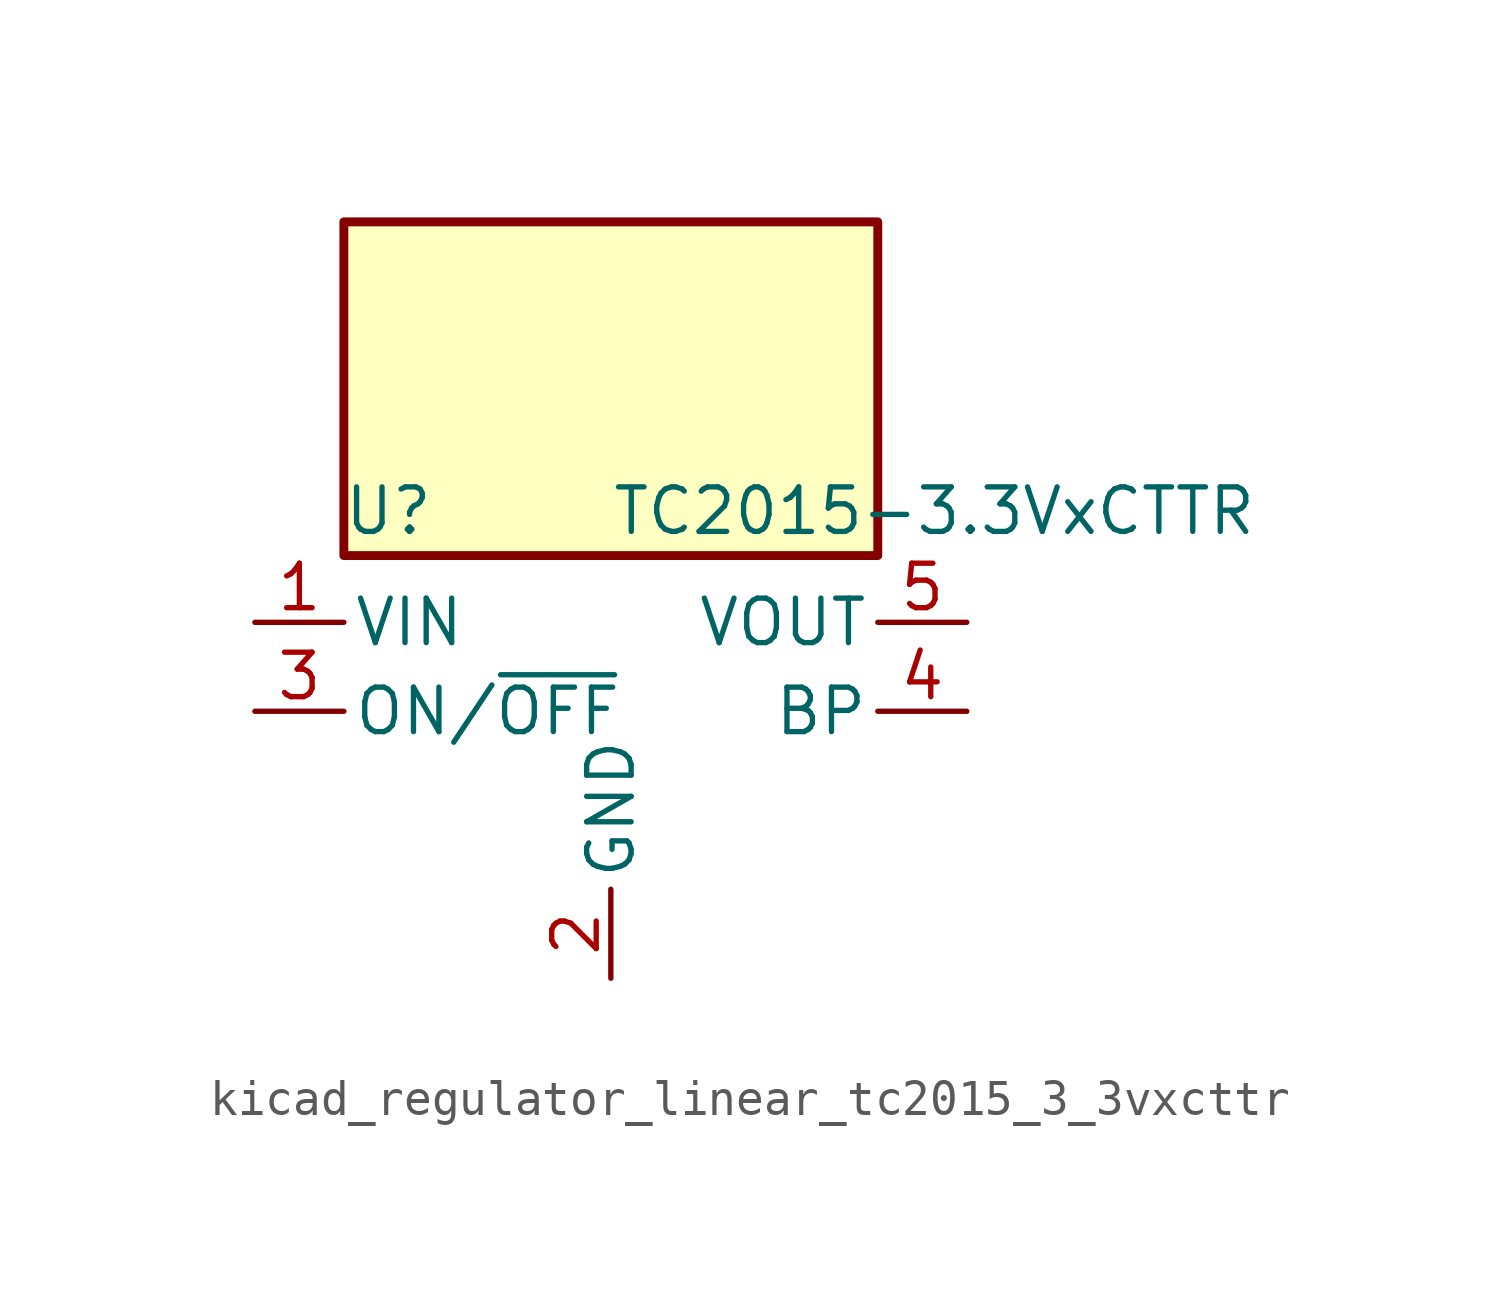
<source format=kicad_sym>
(kicad_symbol_lib
  (version 20220914)
  (generator kicad_symbol_editor)
  (symbol "kicad_regulator_linear_tc2015_3_3vxcttr"
    (pin_names
      (offset 0.254))
    (property "Reference" "U"
      (at -6.35 5.715 0)
      (effects (font (size 1.27 1.27))))
    (property "Value" "TC2015-3.3VxCTTR"
      (at 0 5.715 0)
      (effects (font (size 1.27 1.27)) (justify left)))
    (symbol "kicad_regulator_linear_tc2015_3_3vxcttr_0_1"
      (rectangle (start 7.62 13.97) (end -7.62 4.445) (stroke (width 0.254) (type default)) (fill (type background))))
    (symbol "kicad_regulator_linear_tc2015_3_3vxcttr_1_1"
      (pin power_in line (at -10.16 2.54 0) (length 2.54) (name "VIN" (effects (font (size 1.27 1.27)))) (number "1" (effects (font (size 1.27 1.27)))))
      (pin power_in line (at 0 -7.62 90) (length 2.54) (name "GND" (effects (font (size 1.27 1.27)))) (number "2" (effects (font (size 1.27 1.27)))))
      (pin input line (at -10.16 0 0) (length 2.54) (name "ON/~{OFF}" (effects (font (size 1.27 1.27)))) (number "3" (effects (font (size 1.27 1.27)))))
      (pin input line (at 10.16 0 180) (length 2.54) (name "BP" (effects (font (size 1.27 1.27)))) (number "4" (effects (font (size 1.27 1.27)))))
      (pin power_out line (at 10.16 2.54 180) (length 2.54) (name "VOUT" (effects (font (size 1.27 1.27)))) (number "5" (effects (font (size 1.27 1.27))))))))
</source>
